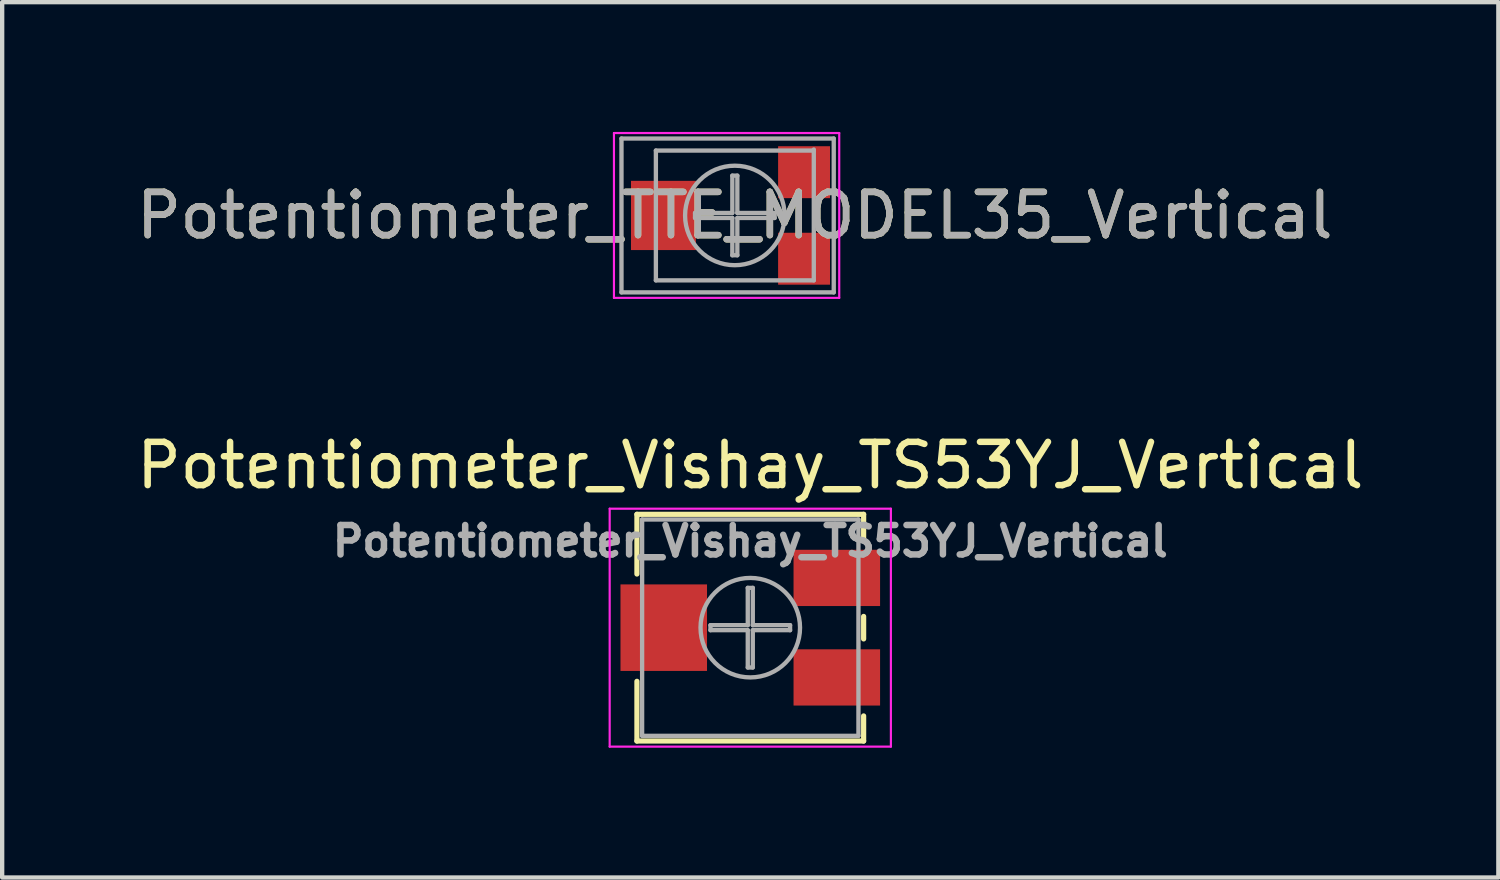
<source format=kicad_pcb>
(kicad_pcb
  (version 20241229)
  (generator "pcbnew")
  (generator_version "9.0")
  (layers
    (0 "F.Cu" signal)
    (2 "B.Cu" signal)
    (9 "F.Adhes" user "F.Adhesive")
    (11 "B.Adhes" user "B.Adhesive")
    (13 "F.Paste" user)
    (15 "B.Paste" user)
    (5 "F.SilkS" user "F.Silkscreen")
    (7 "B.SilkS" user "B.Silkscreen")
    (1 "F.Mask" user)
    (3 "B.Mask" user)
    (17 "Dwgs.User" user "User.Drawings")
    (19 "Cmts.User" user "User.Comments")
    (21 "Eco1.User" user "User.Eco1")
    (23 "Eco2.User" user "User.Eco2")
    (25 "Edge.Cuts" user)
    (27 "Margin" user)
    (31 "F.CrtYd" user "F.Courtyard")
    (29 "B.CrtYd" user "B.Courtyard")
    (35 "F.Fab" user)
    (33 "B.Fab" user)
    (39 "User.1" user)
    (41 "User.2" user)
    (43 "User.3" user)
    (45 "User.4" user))
  (footprint "Potentiometer_TTE_MODEL35_Vertical"
    (layer "F.Cu")
    (at 13.935 1.93)
    (property "Reference" "Potentiometer_TTE_MODEL35_Vertical" (at 0 0 0) (layer "F.SilkS") (effects (font (size 1 1) (thickness 0.15))))
    (attr smd)
    (fp_line (start -2.794 -1.905) (end -2.794 1.905) (stroke (width 0.05) (type solid)) (layer "F.CrtYd"))
    (fp_line (start -2.794 1.905) (end 2.413 1.905) (stroke (width 0.05) (type solid)) (layer "F.CrtYd"))
    (fp_line (start 2.413 -1.905) (end -2.794 -1.905) (stroke (width 0.05) (type solid)) (layer "F.CrtYd"))
    (fp_line (start 2.413 1.905) (end 2.413 -1.905) (stroke (width 0.05) (type solid)) (layer "F.CrtYd"))
    (fp_line (start -2.62 -1.778) (end -2.62 1.778) (stroke (width 0.1) (type solid)) (layer "F.Fab"))
    (fp_line (start -2.62 -1.778) (end 2.286 -1.778) (stroke (width 0.1) (type solid)) (layer "F.Fab"))
    (fp_line (start -2.62 1.778) (end 2.286 1.778) (stroke (width 0.1) (type solid)) (layer "F.Fab"))
    (fp_line (start -1.825 -1.5) (end -1.825 1.5) (stroke (width 0.1) (type solid)) (layer "F.Fab"))
    (fp_line (start -1.825 1.5) (end 1.825 1.5) (stroke (width 0.1) (type solid)) (layer "F.Fab"))
    (fp_line (start -0.92 -0.058) (end -0.058 -0.058) (stroke (width 0.1) (type solid)) (layer "F.Fab"))
    (fp_line (start -0.92 0.058) (end -0.92 -0.058) (stroke (width 0.1) (type solid)) (layer "F.Fab"))
    (fp_line (start -0.058 -0.92) (end 0.058 -0.92) (stroke (width 0.1) (type solid)) (layer "F.Fab"))
    (fp_line (start -0.058 -0.058) (end -0.058 -0.92) (stroke (width 0.1) (type solid)) (layer "F.Fab"))
    (fp_line (start -0.058 0.058) (end -0.92 0.058) (stroke (width 0.1) (type solid)) (layer "F.Fab"))
    (fp_line (start -0.058 0.92) (end -0.058 0.058) (stroke (width 0.1) (type solid)) (layer "F.Fab"))
    (fp_line (start 0.058 -0.92) (end 0.058 -0.058) (stroke (width 0.1) (type solid)) (layer "F.Fab"))
    (fp_line (start 0.058 -0.058) (end 0.92 -0.058) (stroke (width 0.1) (type solid)) (layer "F.Fab"))
    (fp_line (start 0.058 0.058) (end 0.058 0.92) (stroke (width 0.1) (type solid)) (layer "F.Fab"))
    (fp_line (start 0.058 0.92) (end -0.058 0.92) (stroke (width 0.1) (type solid)) (layer "F.Fab"))
    (fp_line (start 0.92 -0.058) (end 0.92 0.058) (stroke (width 0.1) (type solid)) (layer "F.Fab"))
    (fp_line (start 0.92 0.058) (end 0.058 0.058) (stroke (width 0.1) (type solid)) (layer "F.Fab"))
    (fp_line (start 1.825 -1.5) (end -1.825 -1.5) (stroke (width 0.1) (type solid)) (layer "F.Fab"))
    (fp_line (start 1.825 1.5) (end 1.825 -1.524) (stroke (width 0.1) (type solid)) (layer "F.Fab"))
    (fp_line (start 2.286 -1.778) (end 2.286 1.778) (stroke (width 0.1) (type solid)) (layer "F.Fab"))
    (fp_circle (center 0 0) (end 1.15 0) (stroke (width 0.1) (type solid)) (fill no) (layer "F.Fab"))
    (fp_text user "${REFERENCE}" (at 0 0 0) (layer "F.Fab") (effects (font (size 1 1) (thickness 0.15))))
    (pad "1" smd rect (at 1.6 -1) (size 1.2 1.2) (layers "F.Cu" "F.Mask" "F.Paste"))
    (pad "2" smd rect (at -1.65 0) (size 1.5 1.6) (layers "F.Cu" "F.Mask" "F.Paste"))
    (pad "3" smd rect (at 1.6 1) (size 1.2 1.2) (layers "F.Cu" "F.Mask" "F.Paste")))
  (footprint "Potentiometer_Vishay_TS53YJ_Vertical"
    (layer "F.Cu")
    (at 14.292 11.458)
    (property "Reference" "Potentiometer_Vishay_TS53YJ_Vertical" (at 0 -3.75 0) (layer "F.SilkS") (effects (font (size 1 1) (thickness 0.15))))
    (attr smd)
    (fp_line (start -2.62 -2.62) (end -2.62 -1.24) (stroke (width 0.12) (type solid)) (layer "F.SilkS"))
    (fp_line (start -2.62 -2.62) (end 2.62 -2.62) (stroke (width 0.12) (type solid)) (layer "F.SilkS"))
    (fp_line (start -2.62 1.24) (end -2.62 2.62) (stroke (width 0.12) (type solid)) (layer "F.SilkS"))
    (fp_line (start -2.62 2.62) (end 2.62 2.62) (stroke (width 0.12) (type solid)) (layer "F.SilkS"))
    (fp_line (start 2.62 -2.62) (end 2.62 -2.039) (stroke (width 0.12) (type solid)) (layer "F.SilkS"))
    (fp_line (start 2.62 -0.26) (end 2.62 0.26) (stroke (width 0.12) (type solid)) (layer "F.SilkS"))
    (fp_line (start 2.62 2.04) (end 2.62 2.62) (stroke (width 0.12) (type solid)) (layer "F.SilkS"))
    (fp_line (start -3.25 -2.75) (end -3.25 2.75) (stroke (width 0.05) (type solid)) (layer "F.CrtYd"))
    (fp_line (start -3.25 2.75) (end 3.25 2.75) (stroke (width 0.05) (type solid)) (layer "F.CrtYd"))
    (fp_line (start 3.25 -2.75) (end -3.25 -2.75) (stroke (width 0.05) (type solid)) (layer "F.CrtYd"))
    (fp_line (start 3.25 2.75) (end 3.25 -2.75) (stroke (width 0.05) (type solid)) (layer "F.CrtYd"))
    (fp_line (start -2.5 -2.5) (end -2.5 2.5) (stroke (width 0.1) (type solid)) (layer "F.Fab"))
    (fp_line (start -2.5 2.5) (end 2.5 2.5) (stroke (width 0.1) (type solid)) (layer "F.Fab"))
    (fp_line (start -0.92 -0.058) (end -0.058 -0.058) (stroke (width 0.1) (type solid)) (layer "F.Fab"))
    (fp_line (start -0.92 0.058) (end -0.92 -0.058) (stroke (width 0.1) (type solid)) (layer "F.Fab"))
    (fp_line (start -0.058 -0.92) (end 0.058 -0.92) (stroke (width 0.1) (type solid)) (layer "F.Fab"))
    (fp_line (start -0.058 -0.058) (end -0.058 -0.92) (stroke (width 0.1) (type solid)) (layer "F.Fab"))
    (fp_line (start -0.058 0.058) (end -0.92 0.058) (stroke (width 0.1) (type solid)) (layer "F.Fab"))
    (fp_line (start -0.058 0.92) (end -0.058 0.058) (stroke (width 0.1) (type solid)) (layer "F.Fab"))
    (fp_line (start 0.058 -0.92) (end 0.058 -0.058) (stroke (width 0.1) (type solid)) (layer "F.Fab"))
    (fp_line (start 0.058 -0.058) (end 0.92 -0.058) (stroke (width 0.1) (type solid)) (layer "F.Fab"))
    (fp_line (start 0.058 0.058) (end 0.058 0.92) (stroke (width 0.1) (type solid)) (layer "F.Fab"))
    (fp_line (start 0.058 0.92) (end -0.058 0.92) (stroke (width 0.1) (type solid)) (layer "F.Fab"))
    (fp_line (start 0.92 -0.058) (end 0.92 0.058) (stroke (width 0.1) (type solid)) (layer "F.Fab"))
    (fp_line (start 0.92 0.058) (end 0.058 0.058) (stroke (width 0.1) (type solid)) (layer "F.Fab"))
    (fp_line (start 2.5 -2.5) (end -2.5 -2.5) (stroke (width 0.1) (type solid)) (layer "F.Fab"))
    (fp_line (start 2.5 2.5) (end 2.5 -2.5) (stroke (width 0.1) (type solid)) (layer "F.Fab"))
    (fp_circle (center 0 0) (end 1.15 0) (stroke (width 0.1) (type solid)) (fill no) (layer "F.Fab"))
    (fp_text user "${REFERENCE}" (at 0 -2 0) (layer "F.Fab") (effects (font (size 0.68 0.68) (thickness 0.15))))
    (pad "1" smd rect (at 2 -1.15) (size 2 1.3) (layers "F.Cu" "F.Mask" "F.Paste"))
    (pad "2" smd rect (at -2 0) (size 2 2) (layers "F.Cu" "F.Mask" "F.Paste"))
    (pad "3" smd rect (at 2 1.15) (size 2 1.3) (layers "F.Cu" "F.Mask" "F.Paste")))
  (gr_rect
    (start -3 -3)
    (end 31.583 17.233)
    (stroke (width 0.1) (type default))
    (fill no)
    (layer "Edge.Cuts")))
</source>
